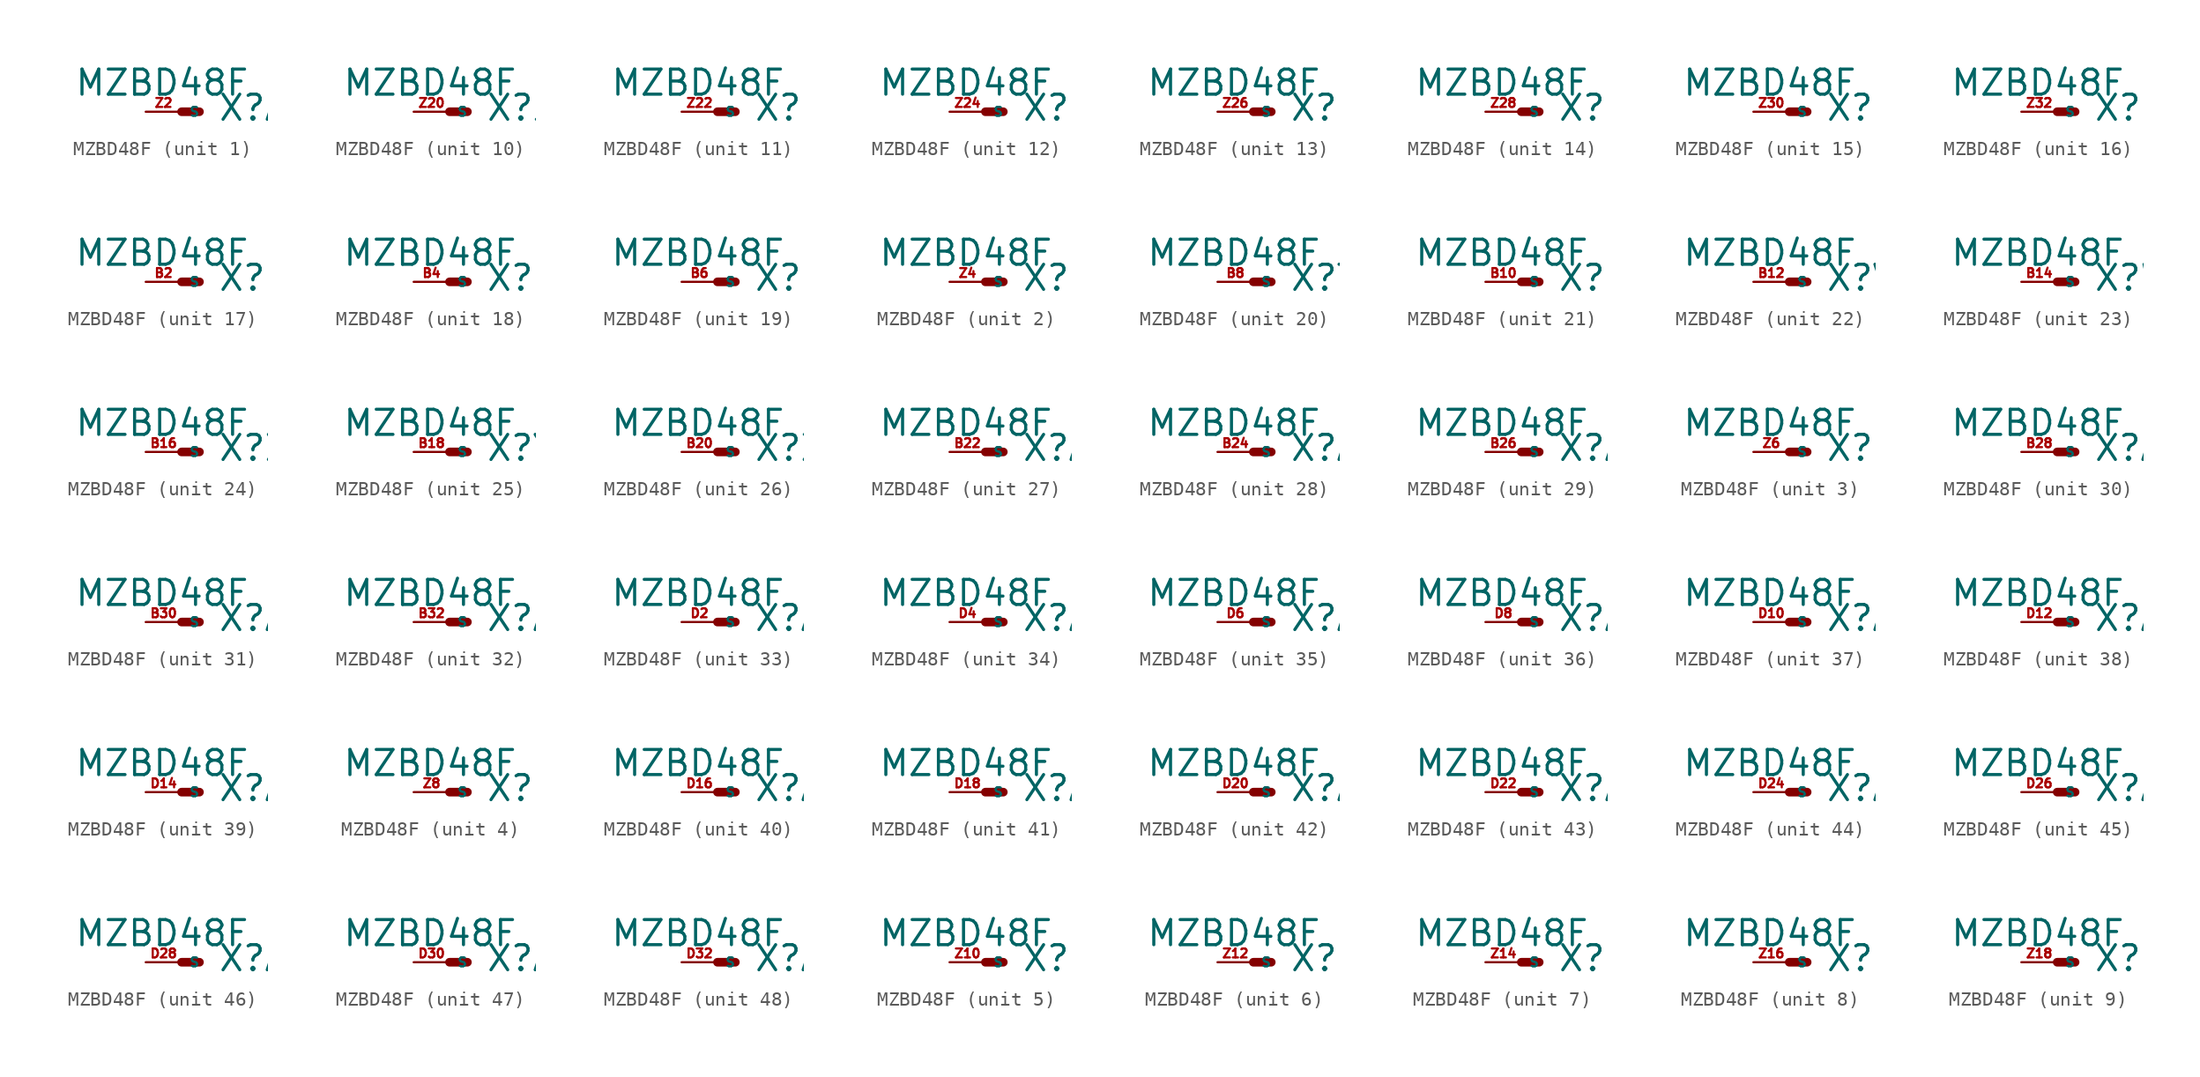
<source format=kicad_sym>
(kicad_symbol_lib
  (version 20220914)
  (generator Eagle2Kicad)
  (symbol "MZBD48F"
    (property "Reference" "X"
      (at 2.54 -0.762 0)
      (effects (font (size 1.778 1.778) (thickness 0.22)) (justify left bottom)))
    (property "Value" "MZBD48F"
      (at -7.62 1.016 0)
      (effects (font (size 1.778 1.778) (thickness 0.22)) (justify left bottom)))
    (symbol "MZBD48F_1_0"
      (polyline (pts (xy 0 0) (xy 1.27 0)) (stroke (width 0.61) (type default)) (fill (type none)))
      (pin passive line (at -2.54 0 0) (length 2.54) (name "S" (effects (font (size 0.635 0.635) (thickness 0.08)) (justify left bottom))) (number "Z2" (effects (font (size 0.635 0.635) (thickness 0.08)) (justify left bottom)))))
    (symbol "MZBD48F_2_0"
      (polyline (pts (xy 0 0) (xy 1.27 0)) (stroke (width 0.61) (type default)) (fill (type none)))
      (pin passive line (at -2.54 0 0) (length 2.54) (name "S" (effects (font (size 0.635 0.635) (thickness 0.08)) (justify left bottom))) (number "Z4" (effects (font (size 0.635 0.635) (thickness 0.08)) (justify left bottom)))))
    (symbol "MZBD48F_3_0"
      (polyline (pts (xy 0 0) (xy 1.27 0)) (stroke (width 0.61) (type default)) (fill (type none)))
      (pin passive line (at -2.54 0 0) (length 2.54) (name "S" (effects (font (size 0.635 0.635) (thickness 0.08)) (justify left bottom))) (number "Z6" (effects (font (size 0.635 0.635) (thickness 0.08)) (justify left bottom)))))
    (symbol "MZBD48F_4_0"
      (polyline (pts (xy 0 0) (xy 1.27 0)) (stroke (width 0.61) (type default)) (fill (type none)))
      (pin passive line (at -2.54 0 0) (length 2.54) (name "S" (effects (font (size 0.635 0.635) (thickness 0.08)) (justify left bottom))) (number "Z8" (effects (font (size 0.635 0.635) (thickness 0.08)) (justify left bottom)))))
    (symbol "MZBD48F_5_0"
      (polyline (pts (xy 0 0) (xy 1.27 0)) (stroke (width 0.61) (type default)) (fill (type none)))
      (pin passive line (at -2.54 0 0) (length 2.54) (name "S" (effects (font (size 0.635 0.635) (thickness 0.08)) (justify left bottom))) (number "Z10" (effects (font (size 0.635 0.635) (thickness 0.08)) (justify left bottom)))))
    (symbol "MZBD48F_6_0"
      (polyline (pts (xy 0 0) (xy 1.27 0)) (stroke (width 0.61) (type default)) (fill (type none)))
      (pin passive line (at -2.54 0 0) (length 2.54) (name "S" (effects (font (size 0.635 0.635) (thickness 0.08)) (justify left bottom))) (number "Z12" (effects (font (size 0.635 0.635) (thickness 0.08)) (justify left bottom)))))
    (symbol "MZBD48F_7_0"
      (polyline (pts (xy 0 0) (xy 1.27 0)) (stroke (width 0.61) (type default)) (fill (type none)))
      (pin passive line (at -2.54 0 0) (length 2.54) (name "S" (effects (font (size 0.635 0.635) (thickness 0.08)) (justify left bottom))) (number "Z14" (effects (font (size 0.635 0.635) (thickness 0.08)) (justify left bottom)))))
    (symbol "MZBD48F_8_0"
      (polyline (pts (xy 0 0) (xy 1.27 0)) (stroke (width 0.61) (type default)) (fill (type none)))
      (pin passive line (at -2.54 0 0) (length 2.54) (name "S" (effects (font (size 0.635 0.635) (thickness 0.08)) (justify left bottom))) (number "Z16" (effects (font (size 0.635 0.635) (thickness 0.08)) (justify left bottom)))))
    (symbol "MZBD48F_9_0"
      (polyline (pts (xy 0 0) (xy 1.27 0)) (stroke (width 0.61) (type default)) (fill (type none)))
      (pin passive line (at -2.54 0 0) (length 2.54) (name "S" (effects (font (size 0.635 0.635) (thickness 0.08)) (justify left bottom))) (number "Z18" (effects (font (size 0.635 0.635) (thickness 0.08)) (justify left bottom)))))
    (symbol "MZBD48F_10_0"
      (polyline (pts (xy 0 0) (xy 1.27 0)) (stroke (width 0.61) (type default)) (fill (type none)))
      (pin passive line (at -2.54 0 0) (length 2.54) (name "S" (effects (font (size 0.635 0.635) (thickness 0.08)) (justify left bottom))) (number "Z20" (effects (font (size 0.635 0.635) (thickness 0.08)) (justify left bottom)))))
    (symbol "MZBD48F_11_0"
      (polyline (pts (xy 0 0) (xy 1.27 0)) (stroke (width 0.61) (type default)) (fill (type none)))
      (pin passive line (at -2.54 0 0) (length 2.54) (name "S" (effects (font (size 0.635 0.635) (thickness 0.08)) (justify left bottom))) (number "Z22" (effects (font (size 0.635 0.635) (thickness 0.08)) (justify left bottom)))))
    (symbol "MZBD48F_12_0"
      (polyline (pts (xy 0 0) (xy 1.27 0)) (stroke (width 0.61) (type default)) (fill (type none)))
      (pin passive line (at -2.54 0 0) (length 2.54) (name "S" (effects (font (size 0.635 0.635) (thickness 0.08)) (justify left bottom))) (number "Z24" (effects (font (size 0.635 0.635) (thickness 0.08)) (justify left bottom)))))
    (symbol "MZBD48F_13_0"
      (polyline (pts (xy 0 0) (xy 1.27 0)) (stroke (width 0.61) (type default)) (fill (type none)))
      (pin passive line (at -2.54 0 0) (length 2.54) (name "S" (effects (font (size 0.635 0.635) (thickness 0.08)) (justify left bottom))) (number "Z26" (effects (font (size 0.635 0.635) (thickness 0.08)) (justify left bottom)))))
    (symbol "MZBD48F_14_0"
      (polyline (pts (xy 0 0) (xy 1.27 0)) (stroke (width 0.61) (type default)) (fill (type none)))
      (pin passive line (at -2.54 0 0) (length 2.54) (name "S" (effects (font (size 0.635 0.635) (thickness 0.08)) (justify left bottom))) (number "Z28" (effects (font (size 0.635 0.635) (thickness 0.08)) (justify left bottom)))))
    (symbol "MZBD48F_15_0"
      (polyline (pts (xy 0 0) (xy 1.27 0)) (stroke (width 0.61) (type default)) (fill (type none)))
      (pin passive line (at -2.54 0 0) (length 2.54) (name "S" (effects (font (size 0.635 0.635) (thickness 0.08)) (justify left bottom))) (number "Z30" (effects (font (size 0.635 0.635) (thickness 0.08)) (justify left bottom)))))
    (symbol "MZBD48F_16_0"
      (polyline (pts (xy 0 0) (xy 1.27 0)) (stroke (width 0.61) (type default)) (fill (type none)))
      (pin passive line (at -2.54 0 0) (length 2.54) (name "S" (effects (font (size 0.635 0.635) (thickness 0.08)) (justify left bottom))) (number "Z32" (effects (font (size 0.635 0.635) (thickness 0.08)) (justify left bottom)))))
    (symbol "MZBD48F_17_0"
      (polyline (pts (xy 0 0) (xy 1.27 0)) (stroke (width 0.61) (type default)) (fill (type none)))
      (pin passive line (at -2.54 0 0) (length 2.54) (name "S" (effects (font (size 0.635 0.635) (thickness 0.08)) (justify left bottom))) (number "B2" (effects (font (size 0.635 0.635) (thickness 0.08)) (justify left bottom)))))
    (symbol "MZBD48F_18_0"
      (polyline (pts (xy 0 0) (xy 1.27 0)) (stroke (width 0.61) (type default)) (fill (type none)))
      (pin passive line (at -2.54 0 0) (length 2.54) (name "S" (effects (font (size 0.635 0.635) (thickness 0.08)) (justify left bottom))) (number "B4" (effects (font (size 0.635 0.635) (thickness 0.08)) (justify left bottom)))))
    (symbol "MZBD48F_19_0"
      (polyline (pts (xy 0 0) (xy 1.27 0)) (stroke (width 0.61) (type default)) (fill (type none)))
      (pin passive line (at -2.54 0 0) (length 2.54) (name "S" (effects (font (size 0.635 0.635) (thickness 0.08)) (justify left bottom))) (number "B6" (effects (font (size 0.635 0.635) (thickness 0.08)) (justify left bottom)))))
    (symbol "MZBD48F_20_0"
      (polyline (pts (xy 0 0) (xy 1.27 0)) (stroke (width 0.61) (type default)) (fill (type none)))
      (pin passive line (at -2.54 0 0) (length 2.54) (name "S" (effects (font (size 0.635 0.635) (thickness 0.08)) (justify left bottom))) (number "B8" (effects (font (size 0.635 0.635) (thickness 0.08)) (justify left bottom)))))
    (symbol "MZBD48F_21_0"
      (polyline (pts (xy 0 0) (xy 1.27 0)) (stroke (width 0.61) (type default)) (fill (type none)))
      (pin passive line (at -2.54 0 0) (length 2.54) (name "S" (effects (font (size 0.635 0.635) (thickness 0.08)) (justify left bottom))) (number "B10" (effects (font (size 0.635 0.635) (thickness 0.08)) (justify left bottom)))))
    (symbol "MZBD48F_22_0"
      (polyline (pts (xy 0 0) (xy 1.27 0)) (stroke (width 0.61) (type default)) (fill (type none)))
      (pin passive line (at -2.54 0 0) (length 2.54) (name "S" (effects (font (size 0.635 0.635) (thickness 0.08)) (justify left bottom))) (number "B12" (effects (font (size 0.635 0.635) (thickness 0.08)) (justify left bottom)))))
    (symbol "MZBD48F_23_0"
      (polyline (pts (xy 0 0) (xy 1.27 0)) (stroke (width 0.61) (type default)) (fill (type none)))
      (pin passive line (at -2.54 0 0) (length 2.54) (name "S" (effects (font (size 0.635 0.635) (thickness 0.08)) (justify left bottom))) (number "B14" (effects (font (size 0.635 0.635) (thickness 0.08)) (justify left bottom)))))
    (symbol "MZBD48F_24_0"
      (polyline (pts (xy 0 0) (xy 1.27 0)) (stroke (width 0.61) (type default)) (fill (type none)))
      (pin passive line (at -2.54 0 0) (length 2.54) (name "S" (effects (font (size 0.635 0.635) (thickness 0.08)) (justify left bottom))) (number "B16" (effects (font (size 0.635 0.635) (thickness 0.08)) (justify left bottom)))))
    (symbol "MZBD48F_25_0"
      (polyline (pts (xy 0 0) (xy 1.27 0)) (stroke (width 0.61) (type default)) (fill (type none)))
      (pin passive line (at -2.54 0 0) (length 2.54) (name "S" (effects (font (size 0.635 0.635) (thickness 0.08)) (justify left bottom))) (number "B18" (effects (font (size 0.635 0.635) (thickness 0.08)) (justify left bottom)))))
    (symbol "MZBD48F_26_0"
      (polyline (pts (xy 0 0) (xy 1.27 0)) (stroke (width 0.61) (type default)) (fill (type none)))
      (pin passive line (at -2.54 0 0) (length 2.54) (name "S" (effects (font (size 0.635 0.635) (thickness 0.08)) (justify left bottom))) (number "B20" (effects (font (size 0.635 0.635) (thickness 0.08)) (justify left bottom)))))
    (symbol "MZBD48F_27_0"
      (polyline (pts (xy 0 0) (xy 1.27 0)) (stroke (width 0.61) (type default)) (fill (type none)))
      (pin passive line (at -2.54 0 0) (length 2.54) (name "S" (effects (font (size 0.635 0.635) (thickness 0.08)) (justify left bottom))) (number "B22" (effects (font (size 0.635 0.635) (thickness 0.08)) (justify left bottom)))))
    (symbol "MZBD48F_28_0"
      (polyline (pts (xy 0 0) (xy 1.27 0)) (stroke (width 0.61) (type default)) (fill (type none)))
      (pin passive line (at -2.54 0 0) (length 2.54) (name "S" (effects (font (size 0.635 0.635) (thickness 0.08)) (justify left bottom))) (number "B24" (effects (font (size 0.635 0.635) (thickness 0.08)) (justify left bottom)))))
    (symbol "MZBD48F_29_0"
      (polyline (pts (xy 0 0) (xy 1.27 0)) (stroke (width 0.61) (type default)) (fill (type none)))
      (pin passive line (at -2.54 0 0) (length 2.54) (name "S" (effects (font (size 0.635 0.635) (thickness 0.08)) (justify left bottom))) (number "B26" (effects (font (size 0.635 0.635) (thickness 0.08)) (justify left bottom)))))
    (symbol "MZBD48F_30_0"
      (polyline (pts (xy 0 0) (xy 1.27 0)) (stroke (width 0.61) (type default)) (fill (type none)))
      (pin passive line (at -2.54 0 0) (length 2.54) (name "S" (effects (font (size 0.635 0.635) (thickness 0.08)) (justify left bottom))) (number "B28" (effects (font (size 0.635 0.635) (thickness 0.08)) (justify left bottom)))))
    (symbol "MZBD48F_31_0"
      (polyline (pts (xy 0 0) (xy 1.27 0)) (stroke (width 0.61) (type default)) (fill (type none)))
      (pin passive line (at -2.54 0 0) (length 2.54) (name "S" (effects (font (size 0.635 0.635) (thickness 0.08)) (justify left bottom))) (number "B30" (effects (font (size 0.635 0.635) (thickness 0.08)) (justify left bottom)))))
    (symbol "MZBD48F_32_0"
      (polyline (pts (xy 0 0) (xy 1.27 0)) (stroke (width 0.61) (type default)) (fill (type none)))
      (pin passive line (at -2.54 0 0) (length 2.54) (name "S" (effects (font (size 0.635 0.635) (thickness 0.08)) (justify left bottom))) (number "B32" (effects (font (size 0.635 0.635) (thickness 0.08)) (justify left bottom)))))
    (symbol "MZBD48F_33_0"
      (polyline (pts (xy 0 0) (xy 1.27 0)) (stroke (width 0.61) (type default)) (fill (type none)))
      (pin passive line (at -2.54 0 0) (length 2.54) (name "S" (effects (font (size 0.635 0.635) (thickness 0.08)) (justify left bottom))) (number "D2" (effects (font (size 0.635 0.635) (thickness 0.08)) (justify left bottom)))))
    (symbol "MZBD48F_34_0"
      (polyline (pts (xy 0 0) (xy 1.27 0)) (stroke (width 0.61) (type default)) (fill (type none)))
      (pin passive line (at -2.54 0 0) (length 2.54) (name "S" (effects (font (size 0.635 0.635) (thickness 0.08)) (justify left bottom))) (number "D4" (effects (font (size 0.635 0.635) (thickness 0.08)) (justify left bottom)))))
    (symbol "MZBD48F_35_0"
      (polyline (pts (xy 0 0) (xy 1.27 0)) (stroke (width 0.61) (type default)) (fill (type none)))
      (pin passive line (at -2.54 0 0) (length 2.54) (name "S" (effects (font (size 0.635 0.635) (thickness 0.08)) (justify left bottom))) (number "D6" (effects (font (size 0.635 0.635) (thickness 0.08)) (justify left bottom)))))
    (symbol "MZBD48F_36_0"
      (polyline (pts (xy 0 0) (xy 1.27 0)) (stroke (width 0.61) (type default)) (fill (type none)))
      (pin passive line (at -2.54 0 0) (length 2.54) (name "S" (effects (font (size 0.635 0.635) (thickness 0.08)) (justify left bottom))) (number "D8" (effects (font (size 0.635 0.635) (thickness 0.08)) (justify left bottom)))))
    (symbol "MZBD48F_37_0"
      (polyline (pts (xy 0 0) (xy 1.27 0)) (stroke (width 0.61) (type default)) (fill (type none)))
      (pin passive line (at -2.54 0 0) (length 2.54) (name "S" (effects (font (size 0.635 0.635) (thickness 0.08)) (justify left bottom))) (number "D10" (effects (font (size 0.635 0.635) (thickness 0.08)) (justify left bottom)))))
    (symbol "MZBD48F_38_0"
      (polyline (pts (xy 0 0) (xy 1.27 0)) (stroke (width 0.61) (type default)) (fill (type none)))
      (pin passive line (at -2.54 0 0) (length 2.54) (name "S" (effects (font (size 0.635 0.635) (thickness 0.08)) (justify left bottom))) (number "D12" (effects (font (size 0.635 0.635) (thickness 0.08)) (justify left bottom)))))
    (symbol "MZBD48F_39_0"
      (polyline (pts (xy 0 0) (xy 1.27 0)) (stroke (width 0.61) (type default)) (fill (type none)))
      (pin passive line (at -2.54 0 0) (length 2.54) (name "S" (effects (font (size 0.635 0.635) (thickness 0.08)) (justify left bottom))) (number "D14" (effects (font (size 0.635 0.635) (thickness 0.08)) (justify left bottom)))))
    (symbol "MZBD48F_40_0"
      (polyline (pts (xy 0 0) (xy 1.27 0)) (stroke (width 0.61) (type default)) (fill (type none)))
      (pin passive line (at -2.54 0 0) (length 2.54) (name "S" (effects (font (size 0.635 0.635) (thickness 0.08)) (justify left bottom))) (number "D16" (effects (font (size 0.635 0.635) (thickness 0.08)) (justify left bottom)))))
    (symbol "MZBD48F_41_0"
      (polyline (pts (xy 0 0) (xy 1.27 0)) (stroke (width 0.61) (type default)) (fill (type none)))
      (pin passive line (at -2.54 0 0) (length 2.54) (name "S" (effects (font (size 0.635 0.635) (thickness 0.08)) (justify left bottom))) (number "D18" (effects (font (size 0.635 0.635) (thickness 0.08)) (justify left bottom)))))
    (symbol "MZBD48F_42_0"
      (polyline (pts (xy 0 0) (xy 1.27 0)) (stroke (width 0.61) (type default)) (fill (type none)))
      (pin passive line (at -2.54 0 0) (length 2.54) (name "S" (effects (font (size 0.635 0.635) (thickness 0.08)) (justify left bottom))) (number "D20" (effects (font (size 0.635 0.635) (thickness 0.08)) (justify left bottom)))))
    (symbol "MZBD48F_43_0"
      (polyline (pts (xy 0 0) (xy 1.27 0)) (stroke (width 0.61) (type default)) (fill (type none)))
      (pin passive line (at -2.54 0 0) (length 2.54) (name "S" (effects (font (size 0.635 0.635) (thickness 0.08)) (justify left bottom))) (number "D22" (effects (font (size 0.635 0.635) (thickness 0.08)) (justify left bottom)))))
    (symbol "MZBD48F_44_0"
      (polyline (pts (xy 0 0) (xy 1.27 0)) (stroke (width 0.61) (type default)) (fill (type none)))
      (pin passive line (at -2.54 0 0) (length 2.54) (name "S" (effects (font (size 0.635 0.635) (thickness 0.08)) (justify left bottom))) (number "D24" (effects (font (size 0.635 0.635) (thickness 0.08)) (justify left bottom)))))
    (symbol "MZBD48F_45_0"
      (polyline (pts (xy 0 0) (xy 1.27 0)) (stroke (width 0.61) (type default)) (fill (type none)))
      (pin passive line (at -2.54 0 0) (length 2.54) (name "S" (effects (font (size 0.635 0.635) (thickness 0.08)) (justify left bottom))) (number "D26" (effects (font (size 0.635 0.635) (thickness 0.08)) (justify left bottom)))))
    (symbol "MZBD48F_46_0"
      (polyline (pts (xy 0 0) (xy 1.27 0)) (stroke (width 0.61) (type default)) (fill (type none)))
      (pin passive line (at -2.54 0 0) (length 2.54) (name "S" (effects (font (size 0.635 0.635) (thickness 0.08)) (justify left bottom))) (number "D28" (effects (font (size 0.635 0.635) (thickness 0.08)) (justify left bottom)))))
    (symbol "MZBD48F_47_0"
      (polyline (pts (xy 0 0) (xy 1.27 0)) (stroke (width 0.61) (type default)) (fill (type none)))
      (pin passive line (at -2.54 0 0) (length 2.54) (name "S" (effects (font (size 0.635 0.635) (thickness 0.08)) (justify left bottom))) (number "D30" (effects (font (size 0.635 0.635) (thickness 0.08)) (justify left bottom)))))
    (symbol "MZBD48F_48_0"
      (polyline (pts (xy 0 0) (xy 1.27 0)) (stroke (width 0.61) (type default)) (fill (type none)))
      (pin passive line (at -2.54 0 0) (length 2.54) (name "S" (effects (font (size 0.635 0.635) (thickness 0.08)) (justify left bottom))) (number "D32" (effects (font (size 0.635 0.635) (thickness 0.08)) (justify left bottom)))))))
</source>
